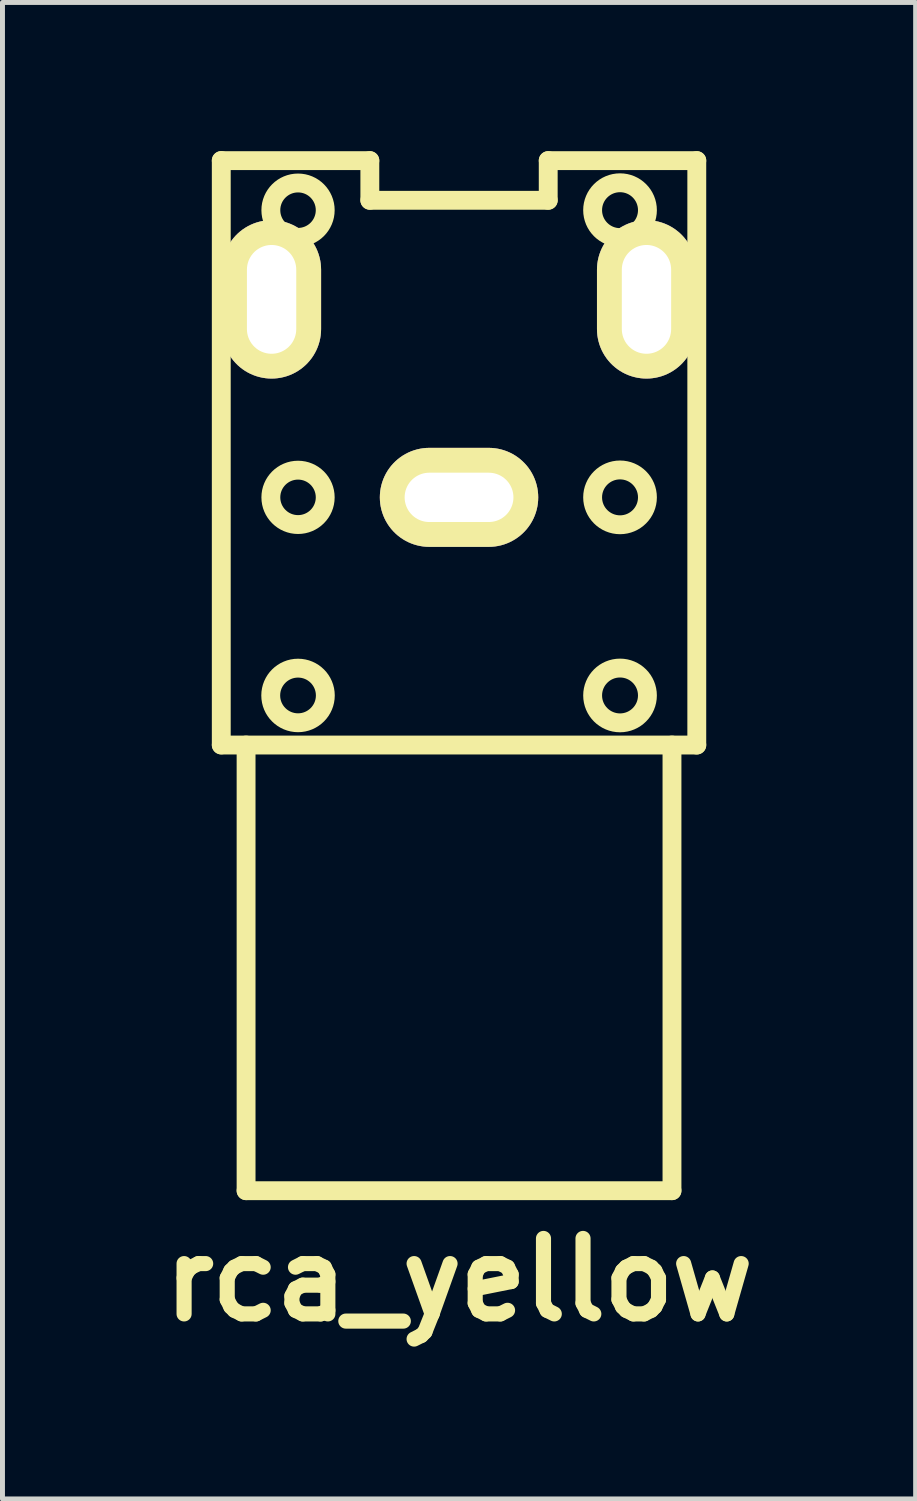
<source format=kicad_pcb>
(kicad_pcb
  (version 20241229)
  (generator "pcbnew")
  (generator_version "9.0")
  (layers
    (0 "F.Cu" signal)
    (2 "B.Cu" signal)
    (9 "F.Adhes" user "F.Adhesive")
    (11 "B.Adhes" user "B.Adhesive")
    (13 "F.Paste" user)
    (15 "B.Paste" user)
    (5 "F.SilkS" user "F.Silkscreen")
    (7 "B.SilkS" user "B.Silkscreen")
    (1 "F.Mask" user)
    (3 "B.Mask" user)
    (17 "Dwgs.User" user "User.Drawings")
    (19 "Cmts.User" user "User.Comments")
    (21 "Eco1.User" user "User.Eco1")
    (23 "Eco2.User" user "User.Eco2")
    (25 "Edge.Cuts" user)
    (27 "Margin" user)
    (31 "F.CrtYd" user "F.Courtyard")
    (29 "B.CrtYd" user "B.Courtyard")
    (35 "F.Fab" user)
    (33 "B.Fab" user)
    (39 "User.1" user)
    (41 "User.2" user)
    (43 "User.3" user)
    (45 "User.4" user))
  (footprint "rca_yellow"
    (layer "F.Cu")
    (at 6.219 6.993)
    (property "Reference" "rca_yellow" (at 0 15.799 0) (layer "F.SilkS") (effects (font (size 1.524 1.524) (thickness 0.305))))
    (attr through_hole)
    (fp_line (start -4.801 -6.8) (end -1.801 -6.8) (stroke (width 0.381) (type solid)) (layer "F.SilkS"))
    (fp_line (start -4.801 4.999) (end -4.801 -6.802) (stroke (width 0.381) (type solid)) (layer "F.SilkS"))
    (fp_line (start -4.3 5.001) (end -4.3 14) (stroke (width 0.381) (type solid)) (layer "F.SilkS"))
    (fp_line (start -4.3 14) (end 4.3 14) (stroke (width 0.381) (type solid)) (layer "F.SilkS"))
    (fp_line (start -4.13 -4.9) (end -3.531 -4.9) (stroke (width 0.381) (type solid)) (layer "F.SilkS"))
    (fp_line (start -4.13 -3.099) (end -4.13 -4.9) (stroke (width 0.381) (type solid)) (layer "F.SilkS"))
    (fp_line (start -3.531 -3.099) (end -4.13 -3.099) (stroke (width 0.381) (type solid)) (layer "F.SilkS"))
    (fp_line (start -1.801 -6.8) (end -1.801 -5.999) (stroke (width 0.381) (type solid)) (layer "F.SilkS"))
    (fp_line (start -1.801 -5.999) (end 1.801 -5.999) (stroke (width 0.381) (type solid)) (layer "F.SilkS"))
    (fp_line (start 1.801 -6.8) (end 4.801 -6.8) (stroke (width 0.381) (type solid)) (layer "F.SilkS"))
    (fp_line (start 1.801 -5.999) (end 1.801 -6.8) (stroke (width 0.381) (type solid)) (layer "F.SilkS"))
    (fp_line (start 3.531 -4.9) (end 4.13 -4.9) (stroke (width 0.381) (type solid)) (layer "F.SilkS"))
    (fp_line (start 4.13 -4.9) (end 4.13 -3.099) (stroke (width 0.381) (type solid)) (layer "F.SilkS"))
    (fp_line (start 4.13 -3.099) (end 3.531 -3.099) (stroke (width 0.381) (type solid)) (layer "F.SilkS"))
    (fp_line (start 4.3 14) (end 4.3 5.001) (stroke (width 0.381) (type solid)) (layer "F.SilkS"))
    (fp_line (start 4.801 -6.8) (end 4.801 5.001) (stroke (width 0.381) (type solid)) (layer "F.SilkS"))
    (fp_line (start 4.801 5.001) (end -4.801 5.001) (stroke (width 0.381) (type solid)) (layer "F.SilkS"))
    (fp_circle (center -3.251 -5.799) (end -3.8 -5.799) (stroke (width 0.381) (type solid)) (fill no) (layer "F.SilkS"))
    (fp_circle (center -3.251 0) (end -3.8 0) (stroke (width 0.381) (type solid)) (fill no) (layer "F.SilkS"))
    (fp_circle (center -3.251 4) (end -3.8 3.95) (stroke (width 0.381) (type solid)) (fill no) (layer "F.SilkS"))
    (fp_circle (center 3.251 -5.799) (end 2.7 -5.85) (stroke (width 0.381) (type solid)) (fill no) (layer "F.SilkS"))
    (fp_circle (center 3.251 0) (end 2.7 -0.051) (stroke (width 0.381) (type solid)) (fill no) (layer "F.SilkS"))
    (fp_circle (center 3.251 4) (end 2.7 4.049) (stroke (width 0.381) (type solid)) (fill no) (layer "F.SilkS"))
    (pad "1" thru_hole oval (at 0 0) (size 3.198 1.999) (drill oval 2.197 0.996) (layers "*.Cu" "*.Mask" "F.SilkS"))
    (pad "2" thru_hole oval (at -3.785 -3.998) (size 1.999 3.198) (drill oval 0.996 2.197) (layers "*.Cu" "*.Mask" "F.SilkS"))
    (pad "2" thru_hole oval (at 3.785 -3.998) (size 1.999 3.198) (drill oval 0.996 2.197) (layers "*.Cu" "*.Mask" "F.SilkS")))
  (gr_rect
    (start -3 -3)
    (end 15.439 27.218)
    (stroke (width 0.1) (type default))
    (fill no)
    (layer "Edge.Cuts")))
</source>
